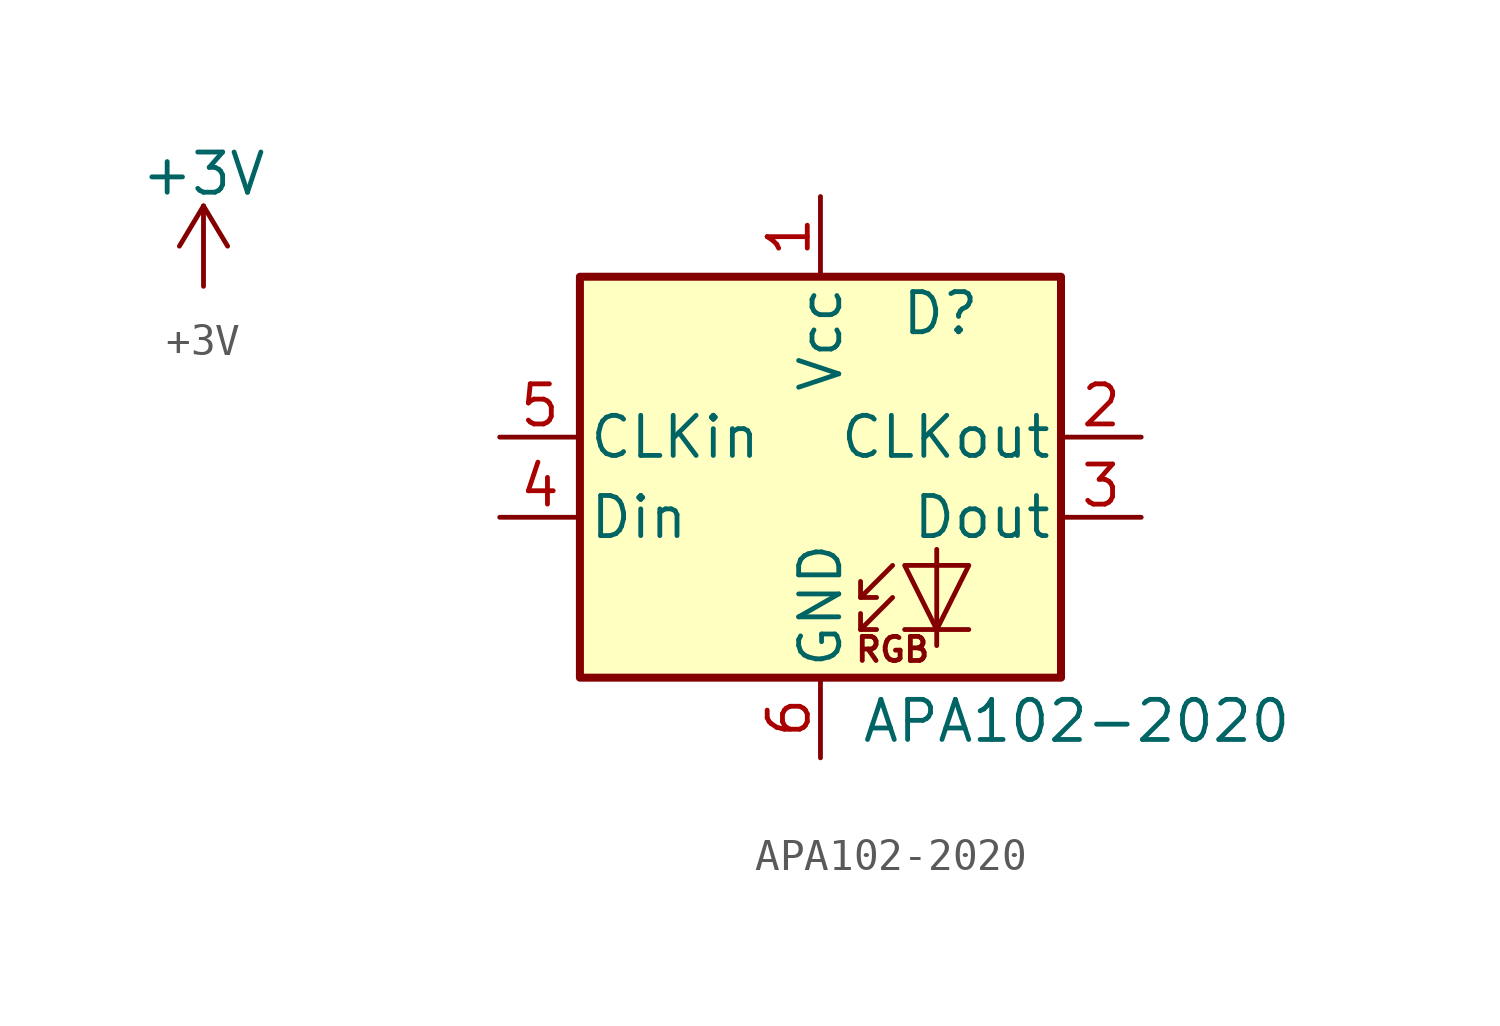
<source format=kicad_sym>
(kicad_symbol_lib
  (version 20220914)
  (generator kicad_symbol_editor)
  (symbol "+3V"
    (power)
    (pin_names
      (offset 0))
    (property "Reference" "#PWR"
      (at 0 -3.81 0)
      (effects (font (size 1.27 1.27)) hide))
    (property "Value" "+3V"
      (at 0 3.556 0)
      (effects (font (size 1.27 1.27))))
    (symbol "+3V_0_1"
      (polyline (pts (xy -0.762 1.27) (xy 0 2.54)) (stroke (width 0) (type default)) (fill (type none)))
      (polyline (pts (xy 0 0) (xy 0 2.54)) (stroke (width 0) (type default)) (fill (type none)))
      (polyline (pts (xy 0 2.54) (xy 0.762 1.27)) (stroke (width 0) (type default)) (fill (type none))))
    (symbol "+3V_1_1"
      (pin power_in line (at 0 0 90) (length 0) hide (name "+3V" (effects (font (size 1.27 1.27)))) (number "1" (effects (font (size 1.27 1.27)))))))
  (symbol "APA102-2020"
    (pin_names
      (offset 0.254))
    (property "Reference" "D"
      (at 5.08 5.715 0)
      (effects (font (size 1.27 1.27)) (justify right bottom)))
    (property "Value" "APA102-2020"
      (at 1.27 -5.715 0)
      (effects (font (size 1.27 1.27)) (justify left top)))
    (symbol "APA102-2020_0_0"
      (text "RGB" (at 2.286 -4.191 0) (effects (font (size 0.762 0.762)))))
    (symbol "APA102-2020_0_1"
      (polyline (pts (xy 1.27 -3.556) (xy 1.778 -3.556)) (stroke (width 0) (type default)) (fill (type none)))
      (polyline (pts (xy 1.27 -2.54) (xy 1.778 -2.54)) (stroke (width 0) (type default)) (fill (type none)))
      (polyline (pts (xy 4.699 -3.556) (xy 2.667 -3.556)) (stroke (width 0) (type default)) (fill (type none)))
      (polyline (pts (xy 2.286 -2.54) (xy 1.27 -3.556) (xy 1.27 -3.048)) (stroke (width 0) (type default)) (fill (type none)))
      (polyline (pts (xy 2.286 -1.524) (xy 1.27 -2.54) (xy 1.27 -2.032)) (stroke (width 0) (type default)) (fill (type none)))
      (polyline (pts (xy 3.683 -1.016) (xy 3.683 -3.556) (xy 3.683 -4.064)) (stroke (width 0) (type default)) (fill (type none)))
      (polyline (pts (xy 4.699 -1.524) (xy 2.667 -1.524) (xy 3.683 -3.556) (xy 4.699 -1.524)) (stroke (width 0) (type default)) (fill (type none)))
      (rectangle (start 7.62 7.62) (end -7.62 -5.08) (stroke (width 0.254) (type default)) (fill (type background))))
    (symbol "APA102-2020_1_1"
      (pin power_in line (at 0 10.16 270) (length 2.54) (name "Vcc" (effects (font (size 1.27 1.27)))) (number "1" (effects (font (size 1.27 1.27)))))
      (pin output line (at 10.16 2.54 180) (length 2.54) (name "CLKout" (effects (font (size 1.27 1.27)))) (number "2" (effects (font (size 1.27 1.27)))))
      (pin output line (at 10.16 0 180) (length 2.54) (name "Dout" (effects (font (size 1.27 1.27)))) (number "3" (effects (font (size 1.27 1.27)))))
      (pin input line (at -10.16 0 0) (length 2.54) (name "Din" (effects (font (size 1.27 1.27)))) (number "4" (effects (font (size 1.27 1.27)))))
      (pin input line (at -10.16 2.54 0) (length 2.54) (name "CLKin" (effects (font (size 1.27 1.27)))) (number "5" (effects (font (size 1.27 1.27)))))
      (pin power_in line (at 0 -7.62 90) (length 2.54) (name "GND" (effects (font (size 1.27 1.27)))) (number "6" (effects (font (size 1.27 1.27))))))))
</source>
